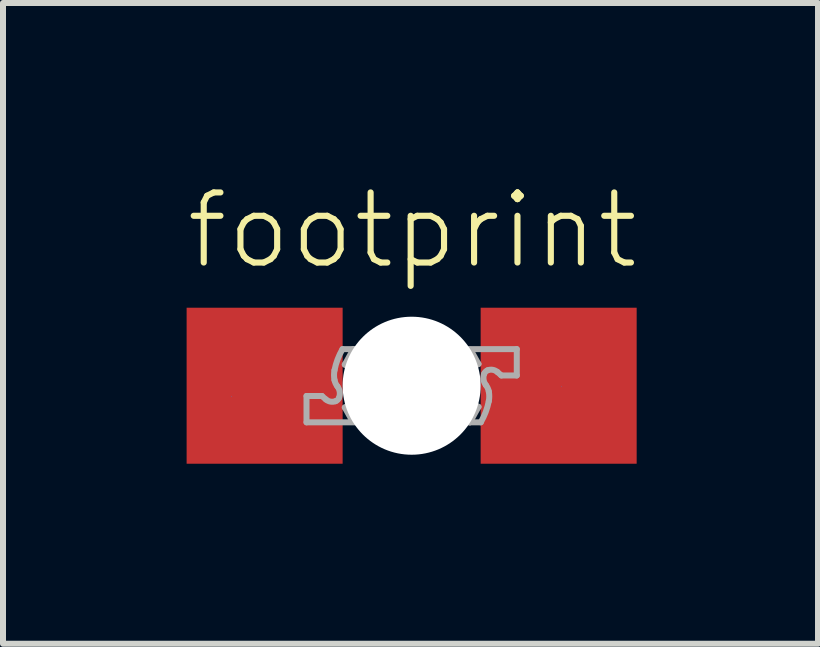
<source format=kicad_pcb>
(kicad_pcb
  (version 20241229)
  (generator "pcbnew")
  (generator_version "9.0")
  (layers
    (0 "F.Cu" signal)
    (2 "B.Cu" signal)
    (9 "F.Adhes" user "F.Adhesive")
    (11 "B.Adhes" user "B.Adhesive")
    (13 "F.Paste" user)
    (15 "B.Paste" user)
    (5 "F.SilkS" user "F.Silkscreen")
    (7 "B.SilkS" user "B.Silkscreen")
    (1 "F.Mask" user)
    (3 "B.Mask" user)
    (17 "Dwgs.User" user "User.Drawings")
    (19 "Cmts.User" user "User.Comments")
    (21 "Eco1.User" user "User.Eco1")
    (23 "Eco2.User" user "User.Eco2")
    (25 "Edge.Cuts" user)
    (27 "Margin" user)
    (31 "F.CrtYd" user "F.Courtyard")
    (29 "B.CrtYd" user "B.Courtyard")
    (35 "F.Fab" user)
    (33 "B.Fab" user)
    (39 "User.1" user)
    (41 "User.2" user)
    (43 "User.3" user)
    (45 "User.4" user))
  (footprint "footprint"
    (layer "F.Cu")
    (at 3.81 3.378)
    (property "Reference" "footprint" (at -3.81 -1.905 0) (layer "F.SilkS") (effects (font (size 1.168 1.168) (thickness 0.102)) (justify left bottom)))
    (fp_poly (pts (xy -1.825 0.9) (xy -1.15 0.9) (xy -1.15 -0.2) (xy -1.825 -0.2)) (stroke (width 0) (type solid)) (fill yes) (layer "F.Mask"))
    (fp_poly (pts (xy 1.825 -0.9) (xy 1.15 -0.9) (xy 1.15 0.2) (xy 1.825 0.2)) (stroke (width 0) (type solid)) (fill yes) (layer "F.Mask"))
    (fp_poly (pts (xy -3.007 0.185) (xy -2.997 0.185) (xy -2.997 0.176) (xy -3.007 0.176)) (stroke (width 0) (type solid)) (fill yes) (layer "B.Cu"))
    (fp_poly (pts (xy 2.503 0.005) (xy 2.494 0.005) (xy 2.494 0.014) (xy 2.503 0.014)) (stroke (width 0) (type solid)) (fill yes) (layer "B.Cu"))
    (fp_circle (center 0 0) (end 0.952 0) (stroke (width 0.1) (type solid)) (fill no) (layer "B.SilkS"))
    (fp_poly (pts (xy -1.8 0.725) (xy -1.175 0.725) (xy -1.175 -0.05) (xy -1.8 -0.05)) (stroke (width 0) (type solid)) (fill yes) (layer "F.Paste"))
    (fp_poly (pts (xy 1.8 -0.725) (xy 1.175 -0.725) (xy 1.175 0.05) (xy 1.8 0.05)) (stroke (width 0) (type solid)) (fill yes) (layer "F.Paste"))
    (fp_line (start -0.305 -0.048) (end -0.305 0.048) (stroke (width 0.1) (type solid)) (layer "B.Fab"))
    (fp_line (start -0.086 -0.267) (end 0.229 -0.267) (stroke (width 0.1) (type solid)) (layer "B.Fab"))
    (fp_line (start -0.086 0.267) (end 0.229 0.267) (stroke (width 0.1) (type solid)) (layer "B.Fab"))
    (fp_line (start 0.229 0.267) (end 0.543 0.295) (stroke (width 0.1) (type solid)) (layer "B.Fab"))
    (fp_line (start 0.543 -0.295) (end 0.229 -0.267) (stroke (width 0.1) (type solid)) (layer "B.Fab"))
    (fp_arc (start -0.3048 -0.047598) (mid -0.240628 -0.202526) (end -0.0857 -0.2667) (stroke (width 0.1) (type solid)) (layer "B.Fab"))
    (fp_arc (start -0.085698 0.2667) (mid -0.240626 0.202528) (end -0.3048 0.0476) (stroke (width 0.1) (type solid)) (layer "B.Fab"))
    (fp_arc (start 0.5429 -0.2952) (mid 0.625634 -0.28409) (end 0.6953 -0.2381) (stroke (width 0.1) (type solid)) (layer "B.Fab"))
    (fp_arc (start 0.6953 -0.2381) (mid 0.768602 -0.128263) (end 0.799999 0) (stroke (width 0.1) (type solid)) (layer "B.Fab"))
    (fp_arc (start 0.6953 0.2381) (mid 0.625634 0.28409) (end 0.5429 0.2952) (stroke (width 0.1) (type solid)) (layer "B.Fab"))
    (fp_arc (start 0.799999 0) (mid 0.768601 0.128263) (end 0.6953 0.2381) (stroke (width 0.1) (type solid)) (layer "B.Fab"))
    (fp_poly (pts (xy -0.1 0.1) (xy 0.1 0.1) (xy 0.1 -0.1) (xy -0.1 -0.1)) (stroke (width 0.1) (type solid)) (fill no) (layer "B.Fab"))
    (fp_line (start -1.752 0.171) (end -1.495 0.171) (stroke (width 0.1) (type solid)) (layer "F.Fab"))
    (fp_line (start -1.752 0.61) (end -1.752 0.171) (stroke (width 0.1) (type solid)) (layer "F.Fab"))
    (fp_line (start -1.495 0.171) (end -1.429 0.229) (stroke (width 0.1) (type solid)) (layer "F.Fab"))
    (fp_line (start -1.152 -0.61) (end -0.971 -0.61) (stroke (width 0.1) (type solid)) (layer "F.Fab"))
    (fp_line (start -1.114 -0.352) (end -0.971 -0.61) (stroke (width 0.1) (type solid)) (layer "F.Fab"))
    (fp_line (start -1.114 0.362) (end -0.971 0.295) (stroke (width 0.1) (type solid)) (layer "F.Fab"))
    (fp_line (start -0.981 0.6) (end -1.114 0.362) (stroke (width 0.1) (type solid)) (layer "F.Fab"))
    (fp_line (start -0.971 -0.61) (end -0.752 -0.61) (stroke (width 0.1) (type solid)) (layer "F.Fab"))
    (fp_line (start -0.933 -0.267) (end -1.114 -0.352) (stroke (width 0.1) (type solid)) (layer "F.Fab"))
    (fp_line (start -0.8 0.61) (end -1.752 0.61) (stroke (width 0.1) (type solid)) (layer "F.Fab"))
    (fp_line (start 0.8 -0.61) (end 1.752 -0.61) (stroke (width 0.1) (type solid)) (layer "F.Fab"))
    (fp_line (start 0.933 0.267) (end 1.114 0.352) (stroke (width 0.1) (type solid)) (layer "F.Fab"))
    (fp_line (start 0.971 0.61) (end 0.752 0.61) (stroke (width 0.1) (type solid)) (layer "F.Fab"))
    (fp_line (start 0.981 -0.6) (end 1.114 -0.362) (stroke (width 0.1) (type solid)) (layer "F.Fab"))
    (fp_line (start 1.114 -0.362) (end 0.971 -0.295) (stroke (width 0.1) (type solid)) (layer "F.Fab"))
    (fp_line (start 1.114 0.352) (end 0.971 0.61) (stroke (width 0.1) (type solid)) (layer "F.Fab"))
    (fp_line (start 1.152 0.61) (end 0.971 0.61) (stroke (width 0.1) (type solid)) (layer "F.Fab"))
    (fp_line (start 1.495 -0.171) (end 1.429 -0.229) (stroke (width 0.1) (type solid)) (layer "F.Fab"))
    (fp_line (start 1.752 -0.61) (end 1.752 -0.171) (stroke (width 0.1) (type solid)) (layer "F.Fab"))
    (fp_line (start 1.752 -0.171) (end 1.495 -0.171) (stroke (width 0.1) (type solid)) (layer "F.Fab"))
    (fp_arc (start -1.2857 -0.2571) (mid -1.23393 -0.438929) (end -1.1524 -0.6095) (stroke (width 0.1) (type solid)) (layer "F.Fab"))
    (fp_arc (start -1.2857 -0.0952) (mid -1.293545 -0.17615) (end -1.2857 -0.2571) (stroke (width 0.1) (type solid)) (layer "F.Fab"))
    (fp_arc (start -1.266699 0.2571) (mid -1.351546 0.264986) (end -1.4286 0.2286) (stroke (width 0.1) (type solid)) (layer "F.Fab"))
    (fp_arc (start -1.2381 0.0095) (mid -1.26804 -0.040059) (end -1.2857 -0.0952) (stroke (width 0.1) (type solid)) (layer "F.Fab"))
    (fp_arc (start -1.2381 0.0095) (mid -1.198909 0.101013) (end -1.2095 0.2) (stroke (width 0.1) (type solid)) (layer "F.Fab"))
    (fp_arc (start -1.2095 0.2) (mid -1.231954 0.234707) (end -1.2667 0.2571) (stroke (width 0.1) (type solid)) (layer "F.Fab"))
    (fp_arc (start 1.2095 -0.2) (mid 1.231954 -0.234707) (end 1.2667 -0.2571) (stroke (width 0.1) (type solid)) (layer "F.Fab"))
    (fp_arc (start 1.2381 -0.0095) (mid 1.198909 -0.101013) (end 1.2095 -0.2) (stroke (width 0.1) (type solid)) (layer "F.Fab"))
    (fp_arc (start 1.2381 -0.0095) (mid 1.26804 0.040059) (end 1.2857 0.0952) (stroke (width 0.1) (type solid)) (layer "F.Fab"))
    (fp_arc (start 1.266699 -0.2571) (mid 1.351546 -0.264986) (end 1.4286 -0.2286) (stroke (width 0.1) (type solid)) (layer "F.Fab"))
    (fp_arc (start 1.2857 0.0952) (mid 1.293545 0.17615) (end 1.2857 0.2571) (stroke (width 0.1) (type solid)) (layer "F.Fab"))
    (fp_arc (start 1.2857 0.2571) (mid 1.23393 0.438929) (end 1.1524 0.6095) (stroke (width 0.1) (type solid)) (layer "F.Fab"))
    (pad "" np_thru_hole circle (at 0 0) (size 2.3 2.3) (drill 2.3) (layers "*.Cu" "*.Mask"))
    (pad "A" smd rect (at -2.45 0) (size 2.6 2.6) (layers "F.Cu"))
    (pad "C" smd rect (at 2.45 0 180) (size 2.6 2.6) (layers "F.Cu")))
  (gr_rect
    (start -3 -3)
    (end 10.582 7.678)
    (stroke (width 0.1) (type default))
    (fill no)
    (layer "Edge.Cuts")))
</source>
